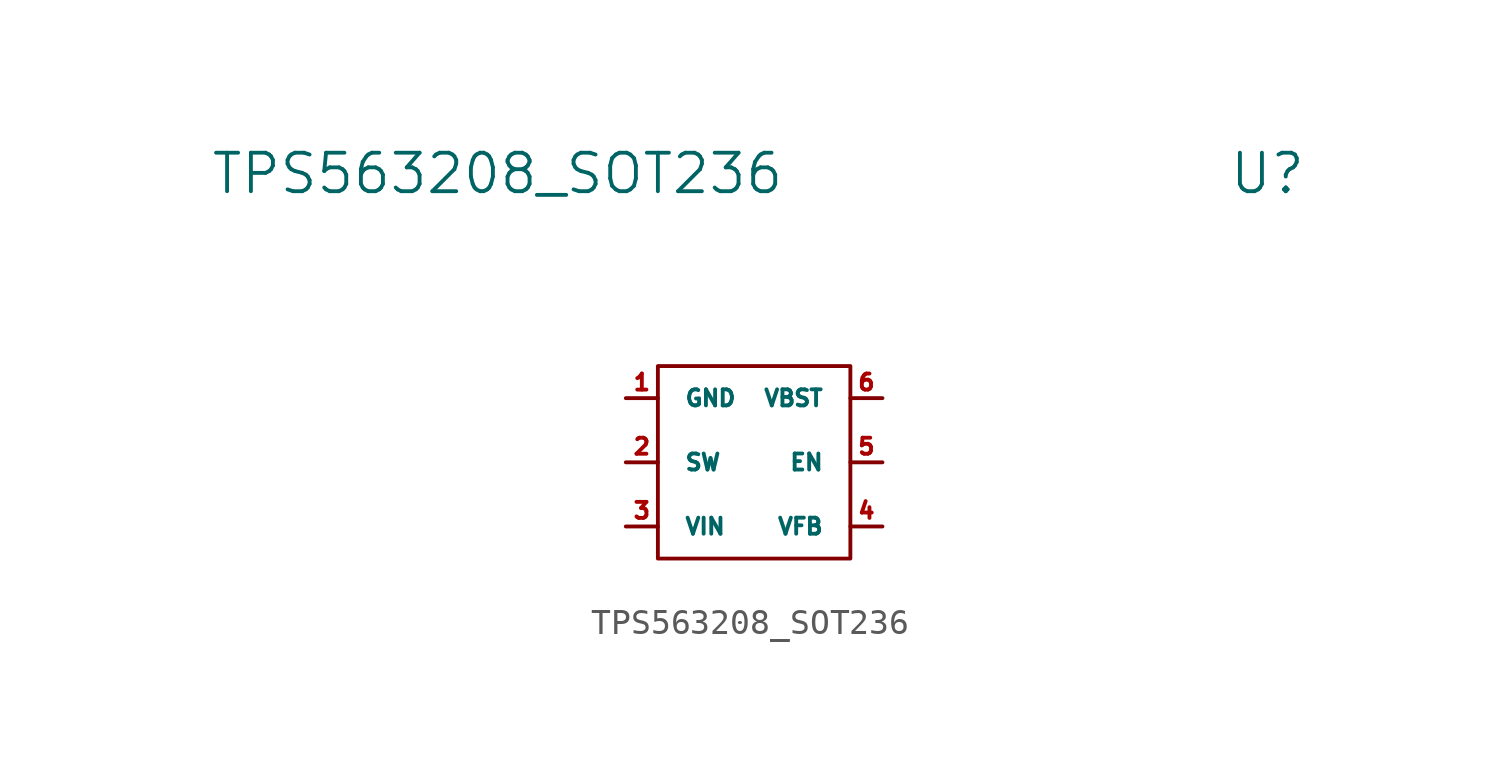
<source format=kicad_sym>
(kicad_symbol_lib
  (version 20211014)
  (generator kicad_symbol_editor)
  (symbol "TPS563208_SOT236"
    (pin_names
      (offset 1.016))
    (property "Reference" "U"
      (at 20.32 13.97 0)
      (effects (font (size 1.524 1.524))))
    (property "Value" "TPS563208_SOT236"
      (at -10.16 13.97 0)
      (effects (font (size 1.524 1.524))))
    (symbol "TPS563208_SOT236_0_1"
      (rectangle (start -3.81 6.35) (end 3.81 -1.27) (stroke (width 0) (type default) (color 0 0 0 0)) (fill (type none))))
    (symbol "TPS563208_SOT236_1_1"
      (pin power_in line (at -5.08 5.08 0) (length 1.27) (name "GND" (effects (font (size 0.635 0.635)))) (number "1" (effects (font (size 0.635 0.635)))))
      (pin power_out line (at -5.08 2.54 0) (length 1.27) (name "SW" (effects (font (size 0.635 0.635)))) (number "2" (effects (font (size 0.635 0.635)))))
      (pin power_in line (at -5.08 0 0) (length 1.27) (name "VIN" (effects (font (size 0.635 0.635)))) (number "3" (effects (font (size 0.635 0.635)))))
      (pin input line (at 5.08 0 180) (length 1.27) (name "VFB" (effects (font (size 0.635 0.635)))) (number "4" (effects (font (size 0.635 0.635)))))
      (pin input line (at 5.08 2.54 180) (length 1.27) (name "EN" (effects (font (size 0.635 0.635)))) (number "5" (effects (font (size 0.635 0.635)))))
      (pin output line (at 5.08 5.08 180) (length 1.27) (name "VBST" (effects (font (size 0.635 0.635)))) (number "6" (effects (font (size 0.635 0.635))))))))
</source>
